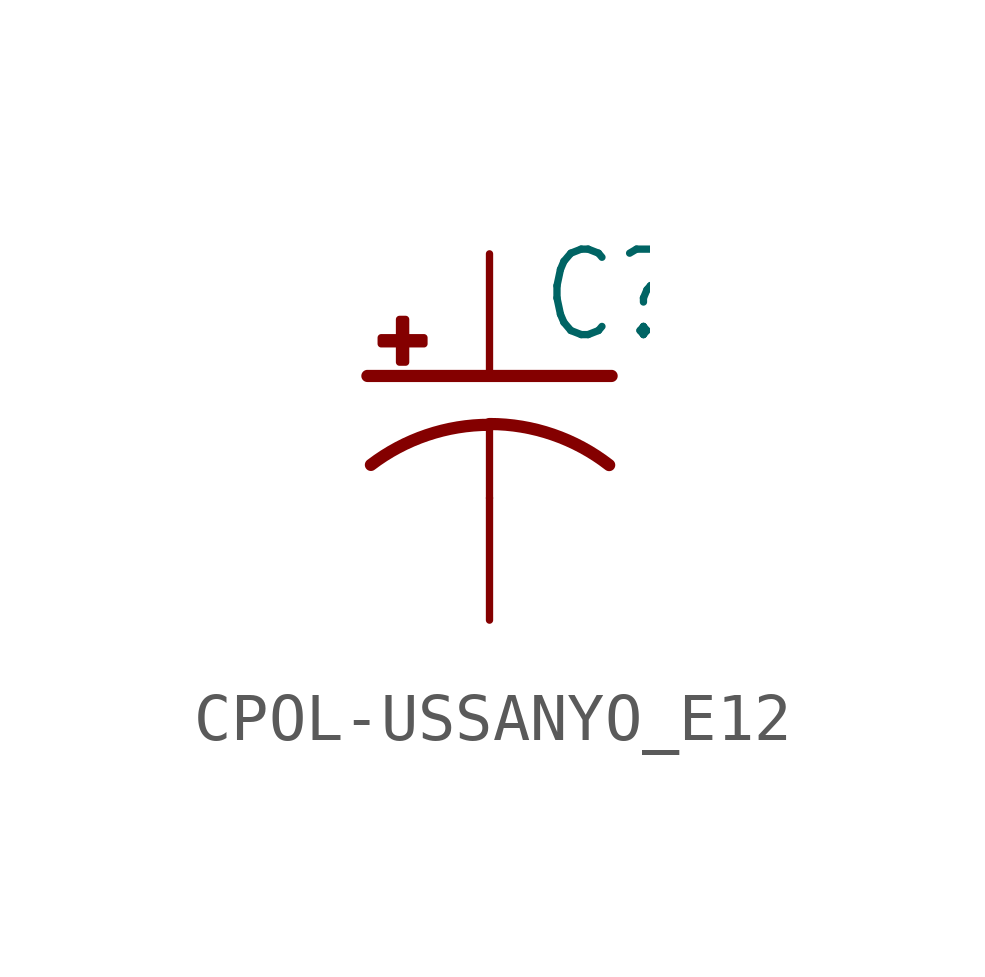
<source format=kicad_sym>
(kicad_symbol_lib
  (version 20231120)
  (generator "kicad_symbol_editor")
  (generator_version "8.0")
  (symbol "CPOL-USSANYO_E12"
    (property "Reference" "C"
      (at 1.016 0.635 0)
      (effects (font (size 1.778 1.511)) (justify left bottom)))
    (property "Value" ""
      (at 1.016 -4.191 0)
      (effects (font (size 1.778 1.511)) (justify left bottom)))
    (property "ki_locked" ""
      (at 0 0 0)
      (effects (font (size 1.27 1.27))))
    (symbol "CPOL-USSANYO_E12_1_0"
      (rectangle (start -2.253 0.668) (end -1.364 0.795) (stroke (width 0) (type default)) (fill (type outline)))
      (rectangle (start -1.872 0.287) (end -1.745 1.176) (stroke (width 0) (type default)) (fill (type outline)))
      (arc (start 0 -1.0161) (mid -1.3021 -1.2303) (end -2.4669 -1.8504) (stroke (width 0.254) (type solid)) (fill (type none)))
      (polyline (pts (xy -2.54 0) (xy 2.54 0)) (stroke (width 0.254) (type solid)) (fill (type none)))
      (polyline (pts (xy 0 -1.016) (xy 0 -2.54)) (stroke (width 0.152) (type solid)) (fill (type none)))
      (arc (start 2.4892 -1.8541) (mid 1.3158 -1.2194) (end 0 -1) (stroke (width 0.254) (type solid)) (fill (type none)))
      (pin passive line (at 0 2.54 270) (length 2.54) (name "+" (effects (font (size 0 0)))) (number "+" (effects (font (size 0 0)))))
      (pin passive line (at 0 -5.08 90) (length 2.54) (name "-" (effects (font (size 0 0)))) (number "-" (effects (font (size 0 0))))))))
</source>
